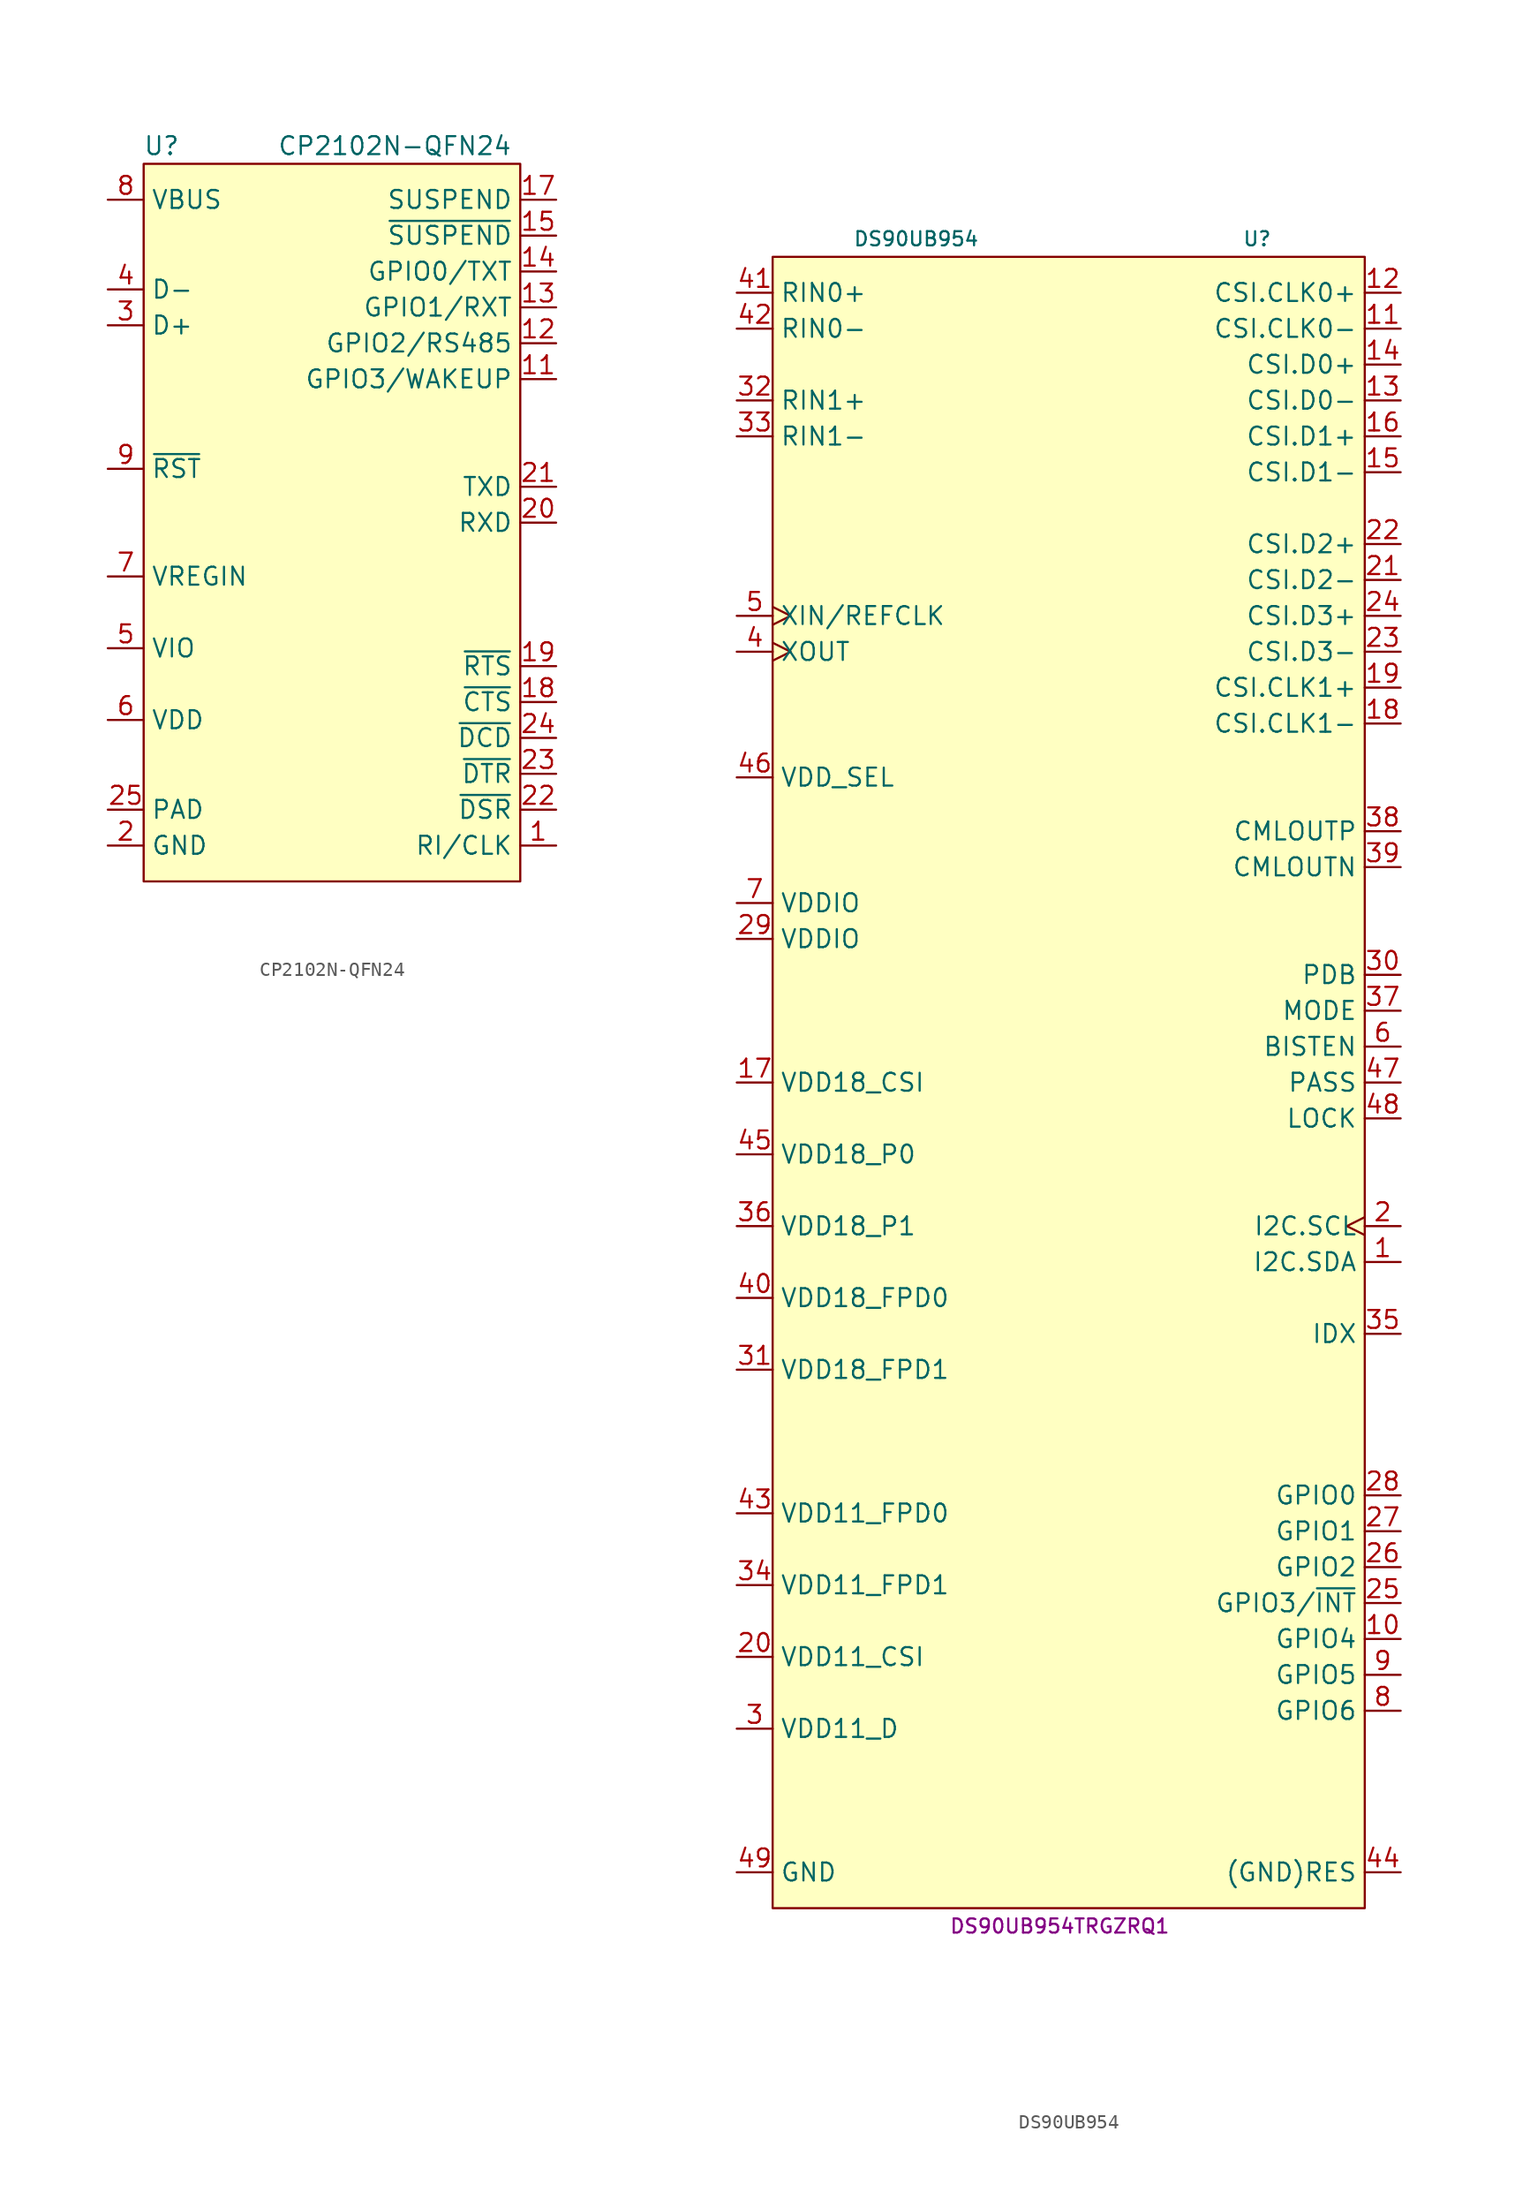
<source format=kicad_sym>
(kicad_symbol_lib
  (version 20231120)
  (generator "kicad_symbol_editor")
  (generator_version "8.0")
  (symbol "CP2102N-QFN24"
    (property "Reference" "U"
      (at -11.43 22.86 0)
      (effects (font (size 1.27 1.27))))
    (property "Value" "CP2102N-QFN24"
      (at 5.08 22.86 0)
      (effects (font (size 1.27 1.27))))
    (symbol "CP2102N-QFN24_0_1"
      (rectangle (start -12.7 21.59) (end 13.97 -29.21) (stroke (width 0) (type default)) (fill (type background))))
    (symbol "CP2102N-QFN24_1_1"
      (pin bidirectional line (at 16.51 -26.67 180) (length 2.54) (name "RI/CLK" (effects (font (size 1.27 1.27)))) (number "1" (effects (font (size 1.27 1.27)))))
      (pin bidirectional line (at 16.51 6.35 180) (length 2.54) (name "GPIO3/WAKEUP" (effects (font (size 1.27 1.27)))) (number "11" (effects (font (size 1.27 1.27)))))
      (pin bidirectional line (at 16.51 8.89 180) (length 2.54) (name "GPIO2/RS485" (effects (font (size 1.27 1.27)))) (number "12" (effects (font (size 1.27 1.27)))))
      (pin bidirectional line (at 16.51 11.43 180) (length 2.54) (name "GPIO1/RXT" (effects (font (size 1.27 1.27)))) (number "13" (effects (font (size 1.27 1.27)))))
      (pin bidirectional line (at 16.51 13.97 180) (length 2.54) (name "GPIO0/TXT" (effects (font (size 1.27 1.27)))) (number "14" (effects (font (size 1.27 1.27)))))
      (pin bidirectional line (at 16.51 16.51 180) (length 2.54) (name "~{SUSPEND}" (effects (font (size 1.27 1.27)))) (number "15" (effects (font (size 1.27 1.27)))))
      (pin bidirectional line (at 16.51 19.05 180) (length 2.54) (name "SUSPEND" (effects (font (size 1.27 1.27)))) (number "17" (effects (font (size 1.27 1.27)))))
      (pin input line (at 16.51 -16.51 180) (length 2.54) (name "~{CTS}" (effects (font (size 1.27 1.27)))) (number "18" (effects (font (size 1.27 1.27)))))
      (pin output line (at 16.51 -13.97 180) (length 2.54) (name "~{RTS}" (effects (font (size 1.27 1.27)))) (number "19" (effects (font (size 1.27 1.27)))))
      (pin power_in line (at -15.24 -26.67 0) (length 2.54) (name "GND" (effects (font (size 1.27 1.27)))) (number "2" (effects (font (size 1.27 1.27)))))
      (pin input line (at 16.51 -3.81 180) (length 2.54) (name "RXD" (effects (font (size 1.27 1.27)))) (number "20" (effects (font (size 1.27 1.27)))))
      (pin output line (at 16.51 -1.27 180) (length 2.54) (name "TXD" (effects (font (size 1.27 1.27)))) (number "21" (effects (font (size 1.27 1.27)))))
      (pin input line (at 16.51 -24.13 180) (length 2.54) (name "~{DSR}" (effects (font (size 1.27 1.27)))) (number "22" (effects (font (size 1.27 1.27)))))
      (pin output line (at 16.51 -21.59 180) (length 2.54) (name "~{DTR}" (effects (font (size 1.27 1.27)))) (number "23" (effects (font (size 1.27 1.27)))))
      (pin input line (at 16.51 -19.05 180) (length 2.54) (name "~{DCD}" (effects (font (size 1.27 1.27)))) (number "24" (effects (font (size 1.27 1.27)))))
      (pin power_in line (at -15.24 -24.13 0) (length 2.54) (name "PAD" (effects (font (size 1.27 1.27)))) (number "25" (effects (font (size 1.27 1.27)))))
      (pin bidirectional line (at -15.24 10.16 0) (length 2.54) (name "D+" (effects (font (size 1.27 1.27)))) (number "3" (effects (font (size 1.27 1.27)))))
      (pin bidirectional line (at -15.24 12.7 0) (length 2.54) (name "D-" (effects (font (size 1.27 1.27)))) (number "4" (effects (font (size 1.27 1.27)))))
      (pin power_in line (at -15.24 -12.7 0) (length 2.54) (name "VIO" (effects (font (size 1.27 1.27)))) (number "5" (effects (font (size 1.27 1.27)))))
      (pin power_in line (at -15.24 -17.78 0) (length 2.54) (name "VDD" (effects (font (size 1.27 1.27)))) (number "6" (effects (font (size 1.27 1.27)))))
      (pin power_in line (at -15.24 -7.62 0) (length 2.54) (name "VREGIN" (effects (font (size 1.27 1.27)))) (number "7" (effects (font (size 1.27 1.27)))))
      (pin input line (at -15.24 19.05 0) (length 2.54) (name "VBUS" (effects (font (size 1.27 1.27)))) (number "8" (effects (font (size 1.27 1.27)))))
      (pin input line (at -15.24 0 0) (length 2.54) (name "~{RST}" (effects (font (size 1.27 1.27)))) (number "9" (effects (font (size 1.27 1.27)))))))
  (symbol "DS90UB954"
    (property "Reference" "U"
      (at 12.7 54.61 0)
      (effects (font (size 1 1))))
    (property "Value" "DS90UB954"
      (at -11.43 54.61 0)
      (effects (font (size 1 1))))
    (property "MPN" "DS90UB954TRGZRQ1"
      (at -1.27 -64.77 0)
      (effects (font (size 1 1))))
    (symbol "DS90UB954_0_1"
      (rectangle (start -21.59 53.34) (end 20.32 -63.5) (stroke (width 0) (type default)) (fill (type background))))
    (symbol "DS90UB954_1_1"
      (pin bidirectional line (at 22.86 -17.78 180) (length 2.54) (name "I2C.SDA" (effects (font (size 1.27 1.27)))) (number "1" (effects (font (size 1.27 1.27)))))
      (pin bidirectional line (at 22.86 -44.45 180) (length 2.54) (name "GPIO4" (effects (font (size 1.27 1.27)))) (number "10" (effects (font (size 1.27 1.27)))))
      (pin output line (at 22.86 48.26 180) (length 2.54) (name "CSI.CLK0-" (effects (font (size 1.27 1.27)))) (number "11" (effects (font (size 1.27 1.27)))))
      (pin output line (at 22.86 50.8 180) (length 2.54) (name "CSI.CLK0+" (effects (font (size 1.27 1.27)))) (number "12" (effects (font (size 1.27 1.27)))))
      (pin output line (at 22.86 43.18 180) (length 2.54) (name "CSI.D0-" (effects (font (size 1.27 1.27)))) (number "13" (effects (font (size 1.27 1.27)))))
      (pin output line (at 22.86 45.72 180) (length 2.54) (name "CSI.D0+" (effects (font (size 1.27 1.27)))) (number "14" (effects (font (size 1.27 1.27)))))
      (pin output line (at 22.86 38.1 180) (length 2.54) (name "CSI.D1-" (effects (font (size 1.27 1.27)))) (number "15" (effects (font (size 1.27 1.27)))))
      (pin output line (at 22.86 40.64 180) (length 2.54) (name "CSI.D1+" (effects (font (size 1.27 1.27)))) (number "16" (effects (font (size 1.27 1.27)))))
      (pin power_in line (at -24.13 -5.08 0) (length 2.54) (name "VDD18_CSI" (effects (font (size 1.27 1.27)))) (number "17" (effects (font (size 1.27 1.27)))))
      (pin output line (at 22.86 20.32 180) (length 2.54) (name "CSI.CLK1-" (effects (font (size 1.27 1.27)))) (number "18" (effects (font (size 1.27 1.27)))))
      (pin output line (at 22.86 22.86 180) (length 2.54) (name "CSI.CLK1+" (effects (font (size 1.27 1.27)))) (number "19" (effects (font (size 1.27 1.27)))))
      (pin bidirectional clock (at 22.86 -15.24 180) (length 2.54) (name "I2C.SCL" (effects (font (size 1.27 1.27)))) (number "2" (effects (font (size 1.27 1.27)))))
      (pin power_out line (at -24.13 -45.72 0) (length 2.54) (name "VDD11_CSI" (effects (font (size 1.27 1.27)))) (number "20" (effects (font (size 1.27 1.27)))))
      (pin output line (at 22.86 30.48 180) (length 2.54) (name "CSI.D2-" (effects (font (size 1.27 1.27)))) (number "21" (effects (font (size 1.27 1.27)))))
      (pin output line (at 22.86 33.02 180) (length 2.54) (name "CSI.D2+" (effects (font (size 1.27 1.27)))) (number "22" (effects (font (size 1.27 1.27)))))
      (pin output line (at 22.86 25.4 180) (length 2.54) (name "CSI.D3-" (effects (font (size 1.27 1.27)))) (number "23" (effects (font (size 1.27 1.27)))))
      (pin output line (at 22.86 27.94 180) (length 2.54) (name "CSI.D3+" (effects (font (size 1.27 1.27)))) (number "24" (effects (font (size 1.27 1.27)))))
      (pin open_collector line (at 22.86 -41.91 180) (length 2.54) (name "GPIO3/~{INT}" (effects (font (size 1.27 1.27)))) (number "25" (effects (font (size 1.27 1.27)))))
      (pin bidirectional line (at 22.86 -39.37 180) (length 2.54) (name "GPIO2" (effects (font (size 1.27 1.27)))) (number "26" (effects (font (size 1.27 1.27)))))
      (pin bidirectional line (at 22.86 -36.83 180) (length 2.54) (name "GPIO1" (effects (font (size 1.27 1.27)))) (number "27" (effects (font (size 1.27 1.27)))))
      (pin bidirectional line (at 22.86 -34.29 180) (length 2.54) (name "GPIO0" (effects (font (size 1.27 1.27)))) (number "28" (effects (font (size 1.27 1.27)))))
      (pin power_in line (at -24.13 5.08 0) (length 2.54) (name "VDDIO" (effects (font (size 1.27 1.27)))) (number "29" (effects (font (size 1.27 1.27)))))
      (pin power_out line (at -24.13 -50.8 0) (length 2.54) (name "VDD11_D" (effects (font (size 1.27 1.27)))) (number "3" (effects (font (size 1.27 1.27)))))
      (pin input line (at 22.86 2.54 180) (length 2.54) (name "PDB" (effects (font (size 1.27 1.27)))) (number "30" (effects (font (size 1.27 1.27)))))
      (pin power_in line (at -24.13 -25.4 0) (length 2.54) (name "VDD18_FPD1" (effects (font (size 1.27 1.27)))) (number "31" (effects (font (size 1.27 1.27)))))
      (pin bidirectional line (at -24.13 43.18 0) (length 2.54) (name "RIN1+" (effects (font (size 1.27 1.27)))) (number "32" (effects (font (size 1.27 1.27)))))
      (pin bidirectional line (at -24.13 40.64 0) (length 2.54) (name "RIN1-" (effects (font (size 1.27 1.27)))) (number "33" (effects (font (size 1.27 1.27)))))
      (pin power_out line (at -24.13 -40.64 0) (length 2.54) (name "VDD11_FPD1" (effects (font (size 1.27 1.27)))) (number "34" (effects (font (size 1.27 1.27)))))
      (pin input line (at 22.86 -22.86 180) (length 2.54) (name "IDX" (effects (font (size 1.27 1.27)))) (number "35" (effects (font (size 1.27 1.27)))))
      (pin power_in line (at -24.13 -15.24 0) (length 2.54) (name "VDD18_P1" (effects (font (size 1.27 1.27)))) (number "36" (effects (font (size 1.27 1.27)))))
      (pin input line (at 22.86 0 180) (length 2.54) (name "MODE" (effects (font (size 1.27 1.27)))) (number "37" (effects (font (size 1.27 1.27)))))
      (pin output line (at 22.86 12.7 180) (length 2.54) (name "CMLOUTP" (effects (font (size 1.27 1.27)))) (number "38" (effects (font (size 1.27 1.27)))))
      (pin output line (at 22.86 10.16 180) (length 2.54) (name "CMLOUTN" (effects (font (size 1.27 1.27)))) (number "39" (effects (font (size 1.27 1.27)))))
      (pin output clock (at -24.13 25.4 0) (length 2.54) (name "XOUT" (effects (font (size 1.27 1.27)))) (number "4" (effects (font (size 1.27 1.27)))))
      (pin power_in line (at -24.13 -20.32 0) (length 2.54) (name "VDD18_FPD0" (effects (font (size 1.27 1.27)))) (number "40" (effects (font (size 1.27 1.27)))))
      (pin bidirectional line (at -24.13 50.8 0) (length 2.54) (name "RIN0+" (effects (font (size 1.27 1.27)))) (number "41" (effects (font (size 1.27 1.27)))))
      (pin bidirectional line (at -24.13 48.26 0) (length 2.54) (name "RIN0-" (effects (font (size 1.27 1.27)))) (number "42" (effects (font (size 1.27 1.27)))))
      (pin power_out line (at -24.13 -35.56 0) (length 2.54) (name "VDD11_FPD0" (effects (font (size 1.27 1.27)))) (number "43" (effects (font (size 1.27 1.27)))))
      (pin passive line (at 22.86 -60.96 180) (length 2.54) (name "(GND)RES" (effects (font (size 1.27 1.27)))) (number "44" (effects (font (size 1.27 1.27)))))
      (pin power_in line (at -24.13 -10.16 0) (length 2.54) (name "VDD18_P0" (effects (font (size 1.27 1.27)))) (number "45" (effects (font (size 1.27 1.27)))))
      (pin input line (at -24.13 16.51 0) (length 2.54) (name "VDD_SEL" (effects (font (size 1.27 1.27)))) (number "46" (effects (font (size 1.27 1.27)))))
      (pin output line (at 22.86 -5.08 180) (length 2.54) (name "PASS" (effects (font (size 1.27 1.27)))) (number "47" (effects (font (size 1.27 1.27)))))
      (pin output line (at 22.86 -7.62 180) (length 2.54) (name "LOCK" (effects (font (size 1.27 1.27)))) (number "48" (effects (font (size 1.27 1.27)))))
      (pin power_in line (at -24.13 -60.96 0) (length 2.54) (name "GND" (effects (font (size 1.27 1.27)))) (number "49" (effects (font (size 1.27 1.27)))))
      (pin input clock (at -24.13 27.94 0) (length 2.54) (name "XIN/REFCLK" (effects (font (size 1.27 1.27)))) (number "5" (effects (font (size 1.27 1.27)))))
      (pin input line (at 22.86 -2.54 180) (length 2.54) (name "BISTEN" (effects (font (size 1.27 1.27)))) (number "6" (effects (font (size 1.27 1.27)))))
      (pin power_in line (at -24.13 7.62 0) (length 2.54) (name "VDDIO" (effects (font (size 1.27 1.27)))) (number "7" (effects (font (size 1.27 1.27)))))
      (pin bidirectional line (at 22.86 -49.53 180) (length 2.54) (name "GPIO6" (effects (font (size 1.27 1.27)))) (number "8" (effects (font (size 1.27 1.27)))))
      (pin bidirectional line (at 22.86 -46.99 180) (length 2.54) (name "GPIO5" (effects (font (size 1.27 1.27)))) (number "9" (effects (font (size 1.27 1.27))))))))
</source>
